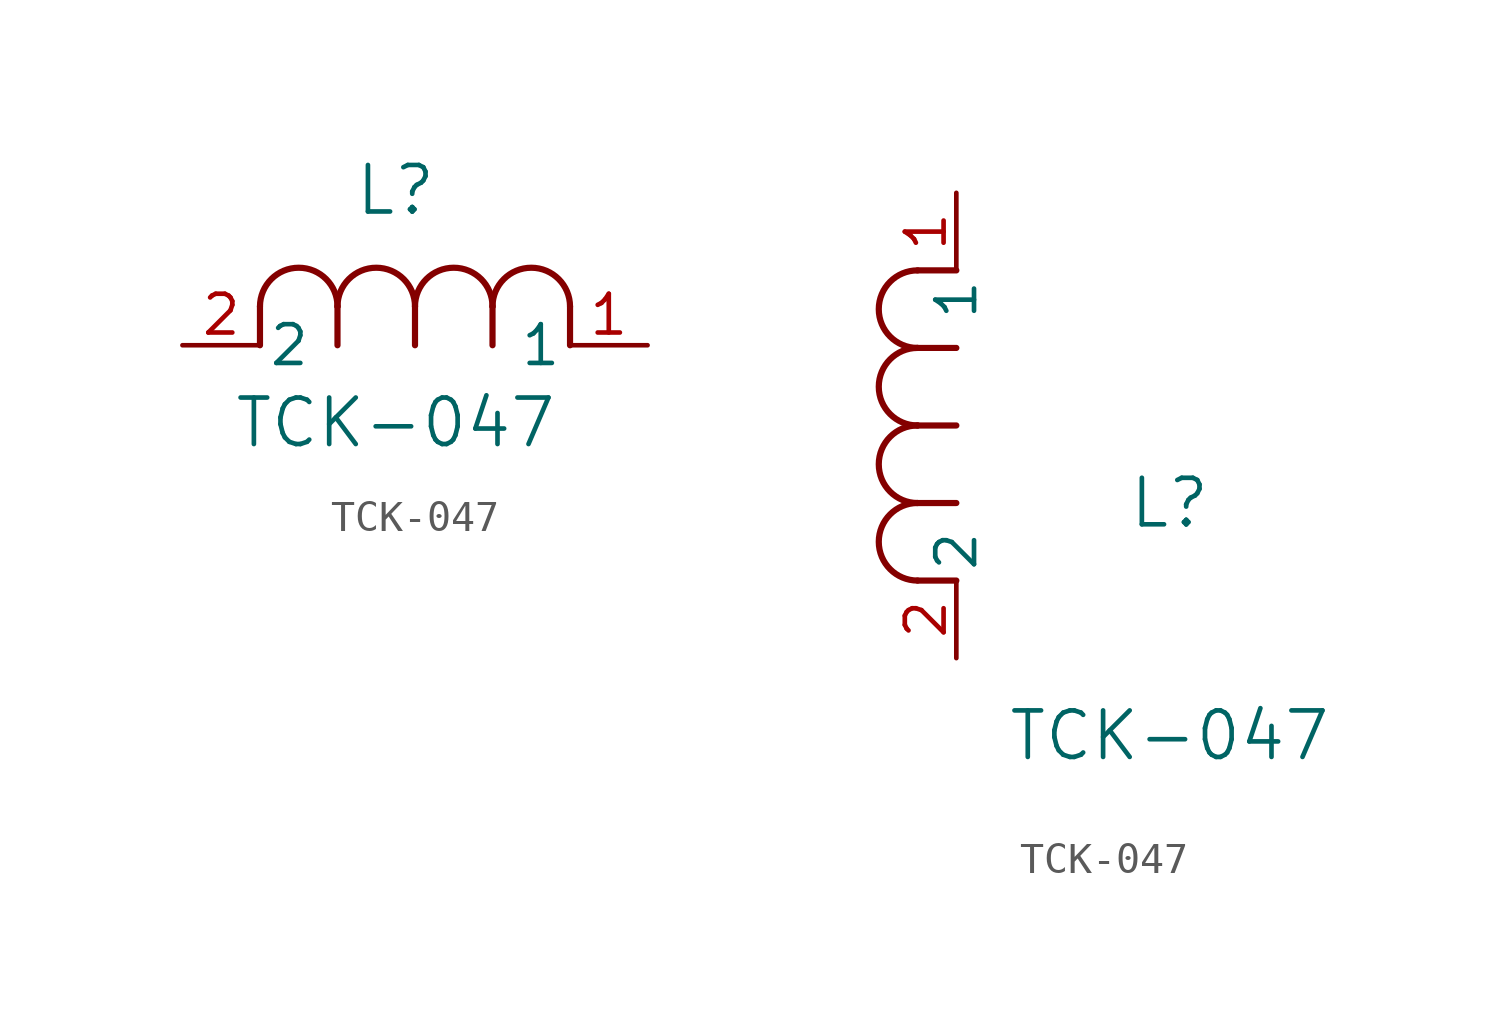
<source format=kicad_sym>
(kicad_symbol_lib
  (version 20211014)
  (generator kicad_symbol_editor)
  (symbol "TCK-047"
    (pin_names
      (offset 0.254))
    (property "Reference" "L"
      (at 6.985 5.08 0)
      (effects (font (size 1.524 1.524))))
    (property "Value" "TCK-047"
      (at 6.985 -2.54 0)
      (effects (font (size 1.524 1.524))))
    (symbol "TCK-047_1_1"
      (arc (start 7.62 1.27) (mid 6.35 2.54) (end 5.08 1.27) (stroke (width 0.2032) (type default) (color 0 0 0 0)) (fill (type none)))
      (polyline (pts (xy 5.08 0) (xy 5.08 1.27)) (stroke (width 0.203) (type default) (color 0 0 0 0)) (fill (type none)))
      (polyline (pts (xy 7.62 0) (xy 7.62 1.27)) (stroke (width 0.203) (type default) (color 0 0 0 0)) (fill (type none)))
      (polyline (pts (xy 12.7 0) (xy 12.7 1.27)) (stroke (width 0.203) (type default) (color 0 0 0 0)) (fill (type none)))
      (arc (start 5.08 1.27) (mid 3.81 2.54) (end 2.54 1.27) (stroke (width 0.2032) (type default) (color 0 0 0 0)) (fill (type none)))
      (arc (start 10.16 1.27) (mid 8.89 2.54) (end 7.62 1.27) (stroke (width 0.2032) (type default) (color 0 0 0 0)) (fill (type none)))
      (arc (start 12.7 1.27) (mid 11.43 2.54) (end 10.16 1.27) (stroke (width 0.2032) (type default) (color 0 0 0 0)) (fill (type none)))
      (polyline (pts (xy 2.54 0) (xy 2.54 1.27)) (stroke (width 0.203) (type default) (color 0 0 0 0)) (fill (type none)))
      (polyline (pts (xy 10.16 0) (xy 10.16 1.27)) (stroke (width 0.203) (type default) (color 0 0 0 0)) (fill (type none)))
      (pin unspecified line (at 0 0 0) (length 2.54) (name "2" (effects (font (size 1.27 1.27)))) (number "2" (effects (font (size 1.27 1.27)))))
      (pin unspecified line (at 15.24 0 180) (length 2.54) (name "1" (effects (font (size 1.27 1.27)))) (number "1" (effects (font (size 1.27 1.27))))))
    (symbol "TCK-047_1_2"
      (arc (start -1.27 7.62) (mid -2.54 6.35) (end -1.27 5.08) (stroke (width 0.2032) (type default) (color 0 0 0 0)) (fill (type none)))
      (arc (start -1.27 5.08) (mid -2.54 3.81) (end -1.27 2.54) (stroke (width 0.2032) (type default) (color 0 0 0 0)) (fill (type none)))
      (arc (start -1.27 12.7) (mid -2.54 11.43) (end -1.27 10.16) (stroke (width 0.2032) (type default) (color 0 0 0 0)) (fill (type none)))
      (arc (start -1.27 10.16) (mid -2.54 8.89) (end -1.27 7.62) (stroke (width 0.2032) (type default) (color 0 0 0 0)) (fill (type none)))
      (polyline (pts (xy 0 7.62) (xy -1.27 7.62)) (stroke (width 0.203) (type default) (color 0 0 0 0)) (fill (type none)))
      (polyline (pts (xy 0 5.08) (xy -1.27 5.08)) (stroke (width 0.203) (type default) (color 0 0 0 0)) (fill (type none)))
      (polyline (pts (xy 0 12.7) (xy -1.27 12.7)) (stroke (width 0.203) (type default) (color 0 0 0 0)) (fill (type none)))
      (polyline (pts (xy 0 2.54) (xy -1.27 2.54)) (stroke (width 0.203) (type default) (color 0 0 0 0)) (fill (type none)))
      (polyline (pts (xy 0 10.16) (xy -1.27 10.16)) (stroke (width 0.203) (type default) (color 0 0 0 0)) (fill (type none)))
      (pin unspecified line (at 0 0 90) (length 2.54) (name "2" (effects (font (size 1.27 1.27)))) (number "2" (effects (font (size 1.27 1.27)))))
      (pin unspecified line (at 0 15.24 270) (length 2.54) (name "1" (effects (font (size 1.27 1.27)))) (number "1" (effects (font (size 1.27 1.27))))))))
</source>
